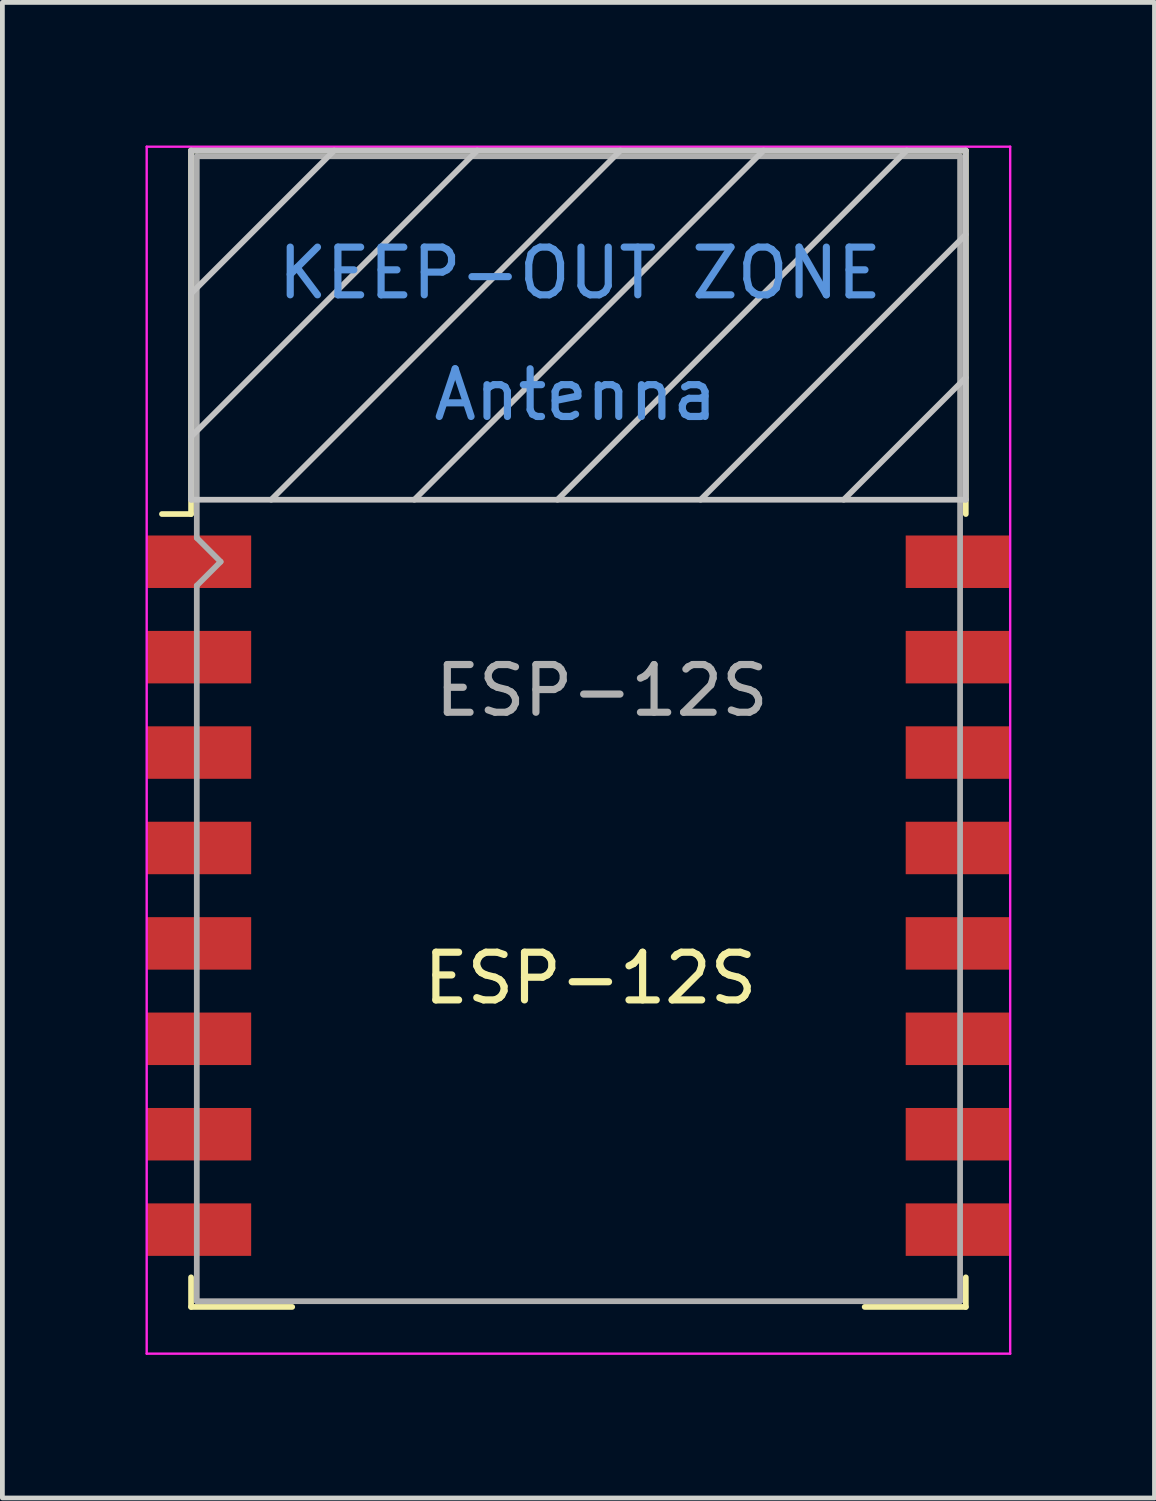
<source format=kicad_pcb>
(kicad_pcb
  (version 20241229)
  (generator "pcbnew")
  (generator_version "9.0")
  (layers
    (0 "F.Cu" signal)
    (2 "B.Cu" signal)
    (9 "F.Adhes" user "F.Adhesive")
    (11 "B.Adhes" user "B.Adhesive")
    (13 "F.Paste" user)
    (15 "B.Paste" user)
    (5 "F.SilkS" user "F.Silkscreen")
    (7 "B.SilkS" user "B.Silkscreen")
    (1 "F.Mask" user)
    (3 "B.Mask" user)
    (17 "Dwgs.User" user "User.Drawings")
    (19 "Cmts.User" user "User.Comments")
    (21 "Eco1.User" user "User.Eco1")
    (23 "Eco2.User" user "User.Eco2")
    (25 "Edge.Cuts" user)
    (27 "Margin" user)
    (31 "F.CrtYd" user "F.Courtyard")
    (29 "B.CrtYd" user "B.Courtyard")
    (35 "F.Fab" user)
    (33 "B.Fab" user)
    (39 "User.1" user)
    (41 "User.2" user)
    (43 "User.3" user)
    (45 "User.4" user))
  (footprint "ESP-12S"
    (layer "F.Cu")
    (at 9.075 12.225)
    (property "Reference" "ESP-12S" (at 0.25 5.23 0) (layer "F.SilkS") (effects (font (size 1 1) (thickness 0.15))))
    (attr smd)
    (fp_line (start -8.12 -12.12) (end 8.12 -12.12) (stroke (width 0.12) (type solid)) (layer "F.SilkS"))
    (fp_line (start -8.12 -4.5) (end -8.73 -4.5) (stroke (width 0.12) (type solid)) (layer "F.SilkS"))
    (fp_line (start -8.12 -4.5) (end -8.12 -12.12) (stroke (width 0.12) (type solid)) (layer "F.SilkS"))
    (fp_line (start -8.12 12.12) (end -8.12 11.5) (stroke (width 0.12) (type solid)) (layer "F.SilkS"))
    (fp_line (start -6 12.12) (end -8.12 12.12) (stroke (width 0.12) (type solid)) (layer "F.SilkS"))
    (fp_line (start 8.12 -12.12) (end 8.12 -4.5) (stroke (width 0.12) (type solid)) (layer "F.SilkS"))
    (fp_line (start 8.12 11.5) (end 8.12 12.12) (stroke (width 0.12) (type solid)) (layer "F.SilkS"))
    (fp_line (start 8.12 12.12) (end 6 12.12) (stroke (width 0.12) (type solid)) (layer "F.SilkS"))
    (fp_line (start -8.12 -12.12) (end 8.12 -12.12) (stroke (width 0.12) (type solid)) (layer "Dwgs.User"))
    (fp_line (start -8.12 -9.12) (end -5.12 -12.12) (stroke (width 0.12) (type solid)) (layer "Dwgs.User"))
    (fp_line (start -8.12 -6.12) (end -2.12 -12.12) (stroke (width 0.12) (type solid)) (layer "Dwgs.User"))
    (fp_line (start -8.12 -4.8) (end -8.12 -12.12) (stroke (width 0.12) (type solid)) (layer "Dwgs.User"))
    (fp_line (start -6.44 -4.8) (end 0.88 -12.12) (stroke (width 0.12) (type solid)) (layer "Dwgs.User"))
    (fp_line (start -3.44 -4.8) (end 3.88 -12.12) (stroke (width 0.12) (type solid)) (layer "Dwgs.User"))
    (fp_line (start -0.44 -4.8) (end 6.88 -12.12) (stroke (width 0.12) (type solid)) (layer "Dwgs.User"))
    (fp_line (start 2.56 -4.8) (end 8.12 -10.36) (stroke (width 0.12) (type solid)) (layer "Dwgs.User"))
    (fp_line (start 5.56 -4.8) (end 8.12 -7.36) (stroke (width 0.12) (type solid)) (layer "Dwgs.User"))
    (fp_line (start 8.12 -12.12) (end 8.12 -4.8) (stroke (width 0.12) (type solid)) (layer "Dwgs.User"))
    (fp_line (start 8.12 -4.8) (end -8.12 -4.8) (stroke (width 0.12) (type solid)) (layer "Dwgs.User"))
    (fp_line (start -9.05 -12.2) (end 9.05 -12.2) (stroke (width 0.05) (type solid)) (layer "F.CrtYd"))
    (fp_line (start -9.05 13.1) (end -9.05 -12.2) (stroke (width 0.05) (type solid)) (layer "F.CrtYd"))
    (fp_line (start 9.05 -12.2) (end 9.05 13.1) (stroke (width 0.05) (type solid)) (layer "F.CrtYd"))
    (fp_line (start 9.05 13.1) (end -9.05 13.1) (stroke (width 0.05) (type solid)) (layer "F.CrtYd"))
    (fp_line (start -8 -12) (end 8 -12) (stroke (width 0.12) (type solid)) (layer "F.Fab"))
    (fp_line (start -8 -4) (end -8 -12) (stroke (width 0.12) (type solid)) (layer "F.Fab"))
    (fp_line (start -8 -3) (end -7.5 -3.5) (stroke (width 0.12) (type solid)) (layer "F.Fab"))
    (fp_line (start -8 12) (end -8 -3) (stroke (width 0.12) (type solid)) (layer "F.Fab"))
    (fp_line (start -7.5 -3.5) (end -8 -4) (stroke (width 0.12) (type solid)) (layer "F.Fab"))
    (fp_line (start 8 -12) (end 8 12) (stroke (width 0.12) (type solid)) (layer "F.Fab"))
    (fp_line (start 8 12) (end -8 12) (stroke (width 0.12) (type solid)) (layer "F.Fab"))
    (fp_text user "Antenna" (at -0.06 -7 180) (layer "Cmts.User") (effects (font (size 1 1) (thickness 0.15))))
    (fp_text user "KEEP-OUT ZONE" (at 0.03 -9.55 180) (layer "Cmts.User") (effects (font (size 1 1) (thickness 0.15))))
    (fp_text user "${REFERENCE}" (at 0.49 -0.8 0) (layer "F.Fab") (effects (font (size 1 1) (thickness 0.15))))
    (pad "1" smd rect (at -7.96 -3.5) (size 2.2 1.1) (layers "F.Cu" "F.Mask" "F.Paste"))
    (pad "2" smd rect (at -7.96 -1.5) (size 2.2 1.1) (layers "F.Cu" "F.Mask" "F.Paste"))
    (pad "3" smd rect (at -7.96 0.5) (size 2.2 1.1) (layers "F.Cu" "F.Mask" "F.Paste"))
    (pad "4" smd rect (at -7.96 2.5) (size 2.2 1.1) (layers "F.Cu" "F.Mask" "F.Paste"))
    (pad "5" smd rect (at -7.96 4.5) (size 2.2 1.1) (layers "F.Cu" "F.Mask" "F.Paste"))
    (pad "6" smd rect (at -7.96 6.5) (size 2.2 1.1) (layers "F.Cu" "F.Mask" "F.Paste"))
    (pad "7" smd rect (at -7.96 8.5) (size 2.2 1.1) (layers "F.Cu" "F.Mask" "F.Paste"))
    (pad "8" smd rect (at -7.96 10.5) (size 2.2 1.1) (layers "F.Cu" "F.Mask" "F.Paste"))
    (pad "15" smd rect (at 7.96 10.5) (size 2.2 1.1) (layers "F.Cu" "F.Mask" "F.Paste"))
    (pad "16" smd rect (at 7.96 8.5) (size 2.2 1.1) (layers "F.Cu" "F.Mask" "F.Paste"))
    (pad "17" smd rect (at 7.96 6.5) (size 2.2 1.1) (layers "F.Cu" "F.Mask" "F.Paste"))
    (pad "18" smd rect (at 7.96 4.5) (size 2.2 1.1) (layers "F.Cu" "F.Mask" "F.Paste"))
    (pad "19" smd rect (at 7.96 2.5) (size 2.2 1.1) (layers "F.Cu" "F.Mask" "F.Paste"))
    (pad "20" smd rect (at 7.96 0.5) (size 2.2 1.1) (layers "F.Cu" "F.Mask" "F.Paste"))
    (pad "21" smd rect (at 7.96 -1.5) (size 2.2 1.1) (layers "F.Cu" "F.Mask" "F.Paste"))
    (pad "22" smd rect (at 7.96 -3.5) (size 2.2 1.1) (layers "F.Cu" "F.Mask" "F.Paste")))
  (gr_rect
    (start -3 -3)
    (end 21.15 28.35)
    (stroke (width 0.1) (type default))
    (fill no)
    (layer "Edge.Cuts")))
</source>
